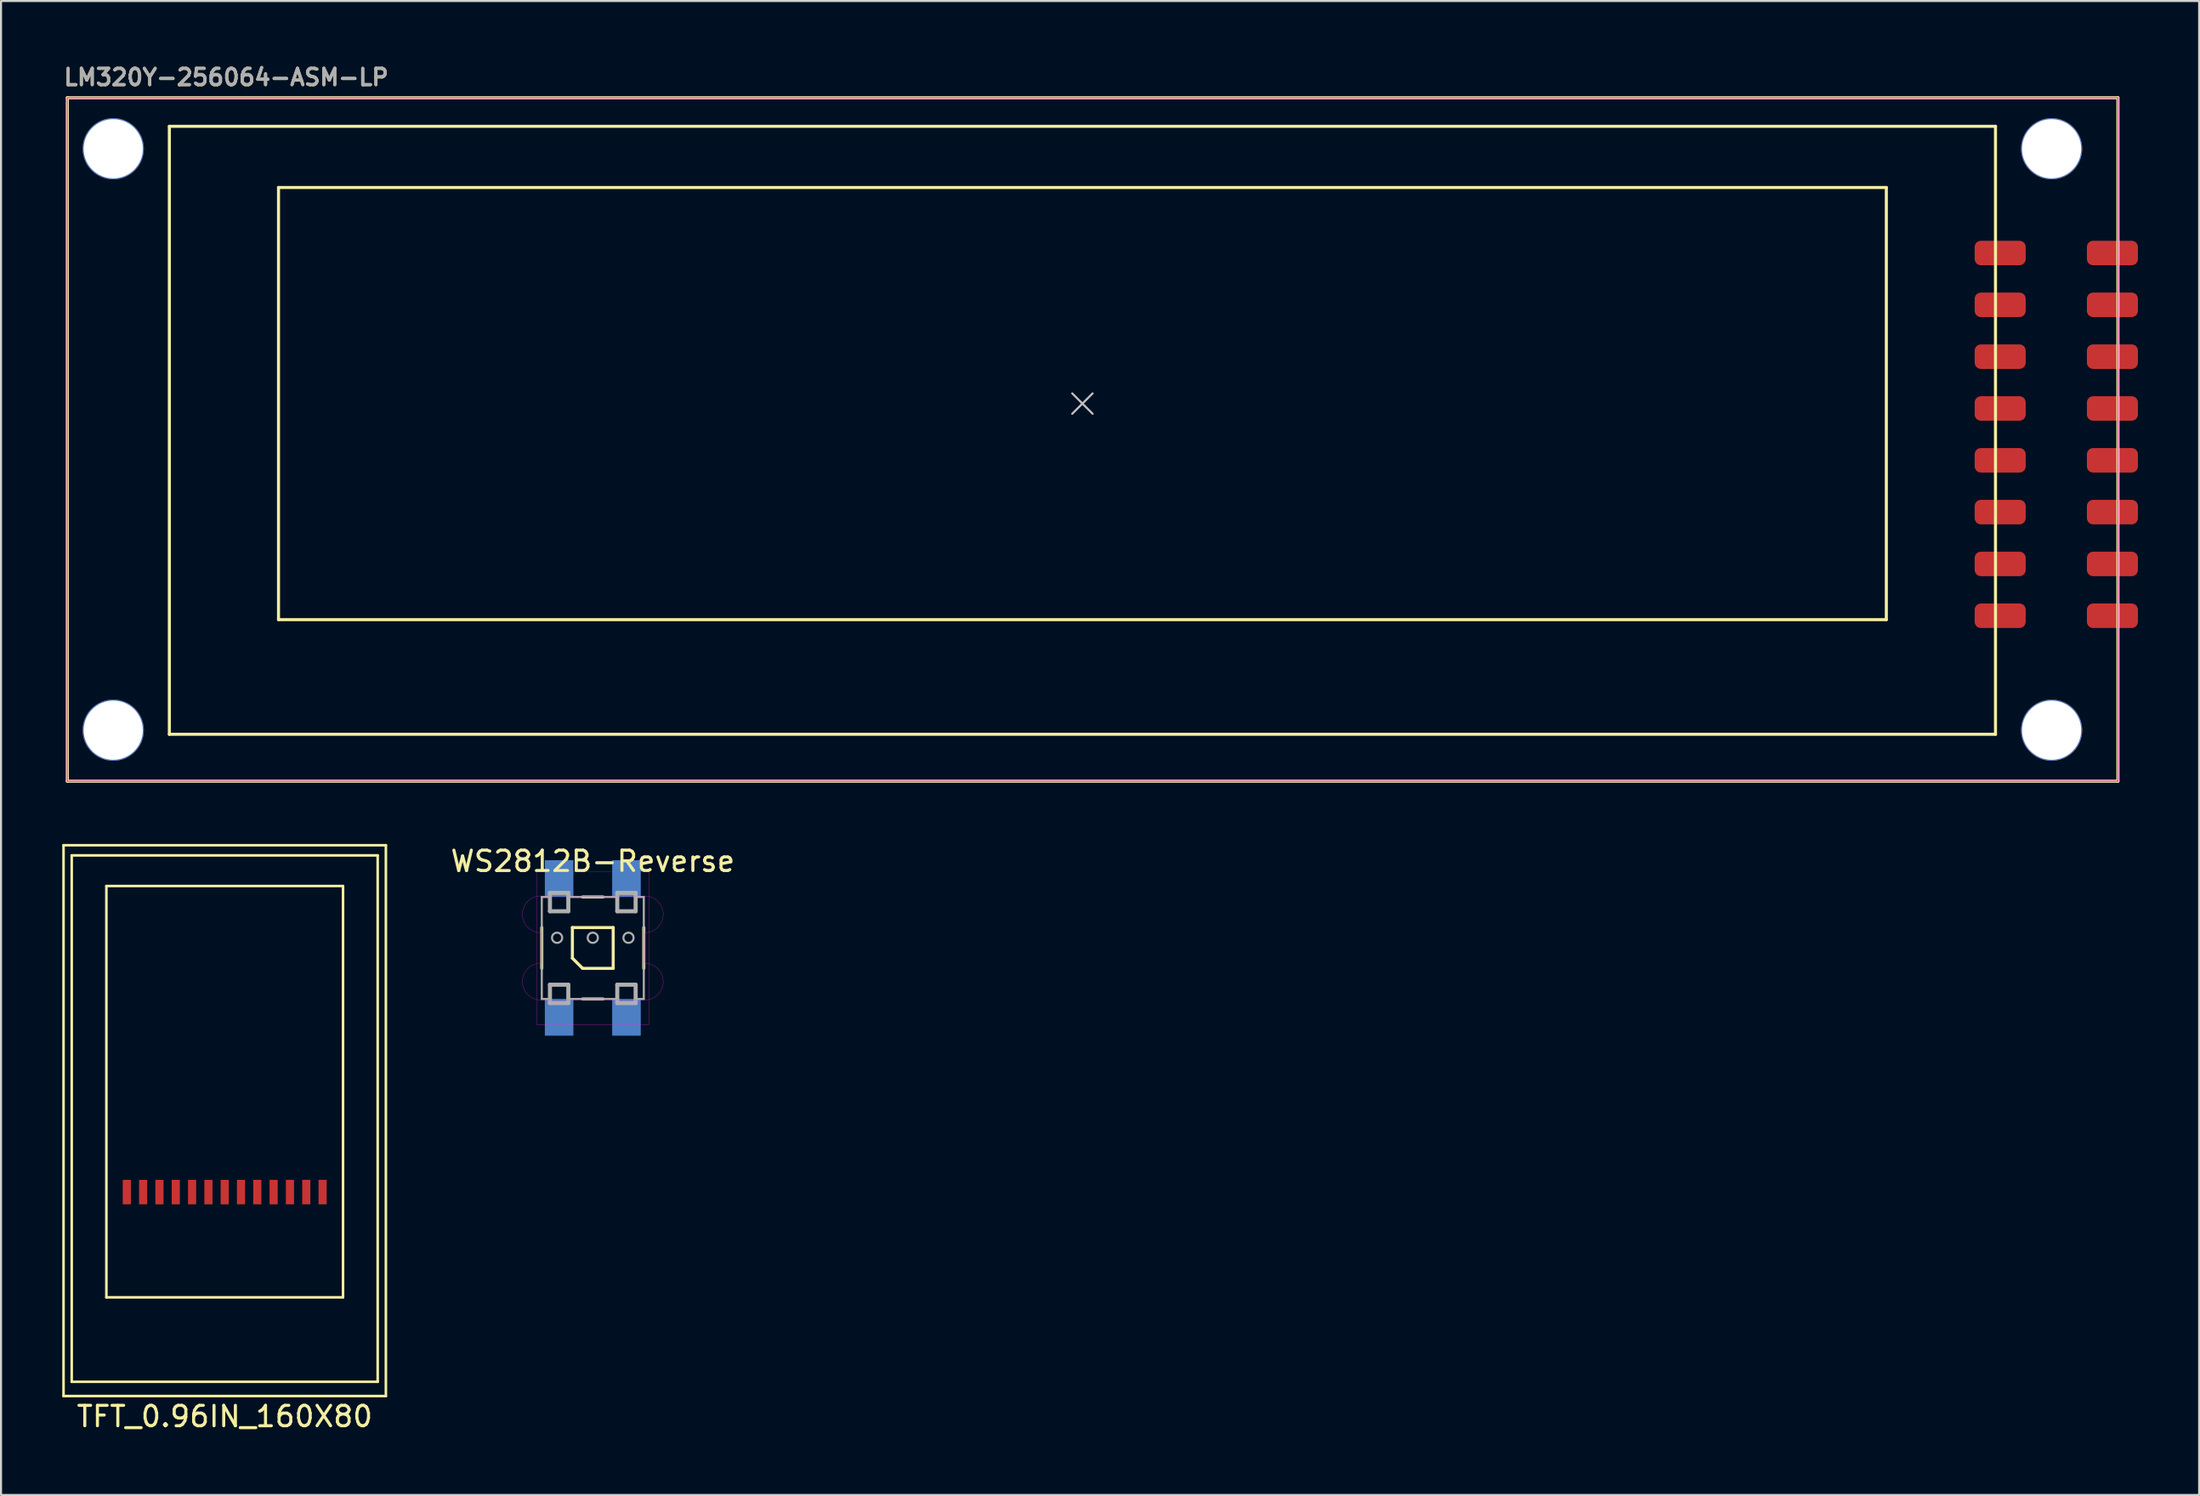
<source format=kicad_pcb>
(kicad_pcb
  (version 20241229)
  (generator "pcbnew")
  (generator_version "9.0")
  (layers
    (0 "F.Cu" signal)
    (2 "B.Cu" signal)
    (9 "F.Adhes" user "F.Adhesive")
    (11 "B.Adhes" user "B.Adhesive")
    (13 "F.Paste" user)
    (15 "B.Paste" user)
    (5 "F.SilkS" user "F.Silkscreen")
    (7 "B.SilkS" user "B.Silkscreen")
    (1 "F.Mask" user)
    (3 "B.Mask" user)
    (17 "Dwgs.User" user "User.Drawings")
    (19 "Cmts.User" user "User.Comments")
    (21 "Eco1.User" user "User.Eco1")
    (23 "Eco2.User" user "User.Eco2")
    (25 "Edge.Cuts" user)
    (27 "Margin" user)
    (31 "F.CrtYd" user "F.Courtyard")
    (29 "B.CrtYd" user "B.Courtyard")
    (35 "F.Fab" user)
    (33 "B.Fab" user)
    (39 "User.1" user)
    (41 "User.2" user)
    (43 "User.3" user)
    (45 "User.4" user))
  (footprint "LM320Y-256064-ASM-LP"
    (layer "F.Cu")
    (at 50 16.731)
    (property "Reference" "LM320Y-256064-ASM-LP" (at -50 -15.99 0) (layer "F.SilkS") (effects (font (size 0.8 0.8) (thickness 0.15)) (justify left)))
    (attr exclude_from_pos_files exclude_from_bom)
    (fp_line (start -49.75 -14.99) (end -49.75 18.51) (stroke (width 0.15) (type solid)) (layer "F.SilkS"))
    (fp_line (start -49.75 18.51) (end 50.75 18.51) (stroke (width 0.15) (type solid)) (layer "F.SilkS"))
    (fp_line (start -44.75 -13.59) (end -44.75 16.21) (stroke (width 0.15) (type solid)) (layer "F.SilkS"))
    (fp_line (start -44.75 16.21) (end 44.75 16.21) (stroke (width 0.15) (type solid)) (layer "F.SilkS"))
    (fp_line (start -39.4 -10.59) (end -39.4 10.59) (stroke (width 0.15) (type solid)) (layer "F.SilkS"))
    (fp_line (start -39.4 10.59) (end 39.4 10.59) (stroke (width 0.15) (type solid)) (layer "F.SilkS"))
    (fp_line (start 39.4 -10.59) (end -39.4 -10.59) (stroke (width 0.15) (type solid)) (layer "F.SilkS"))
    (fp_line (start 39.4 -10.59) (end 39.4 10.59) (stroke (width 0.15) (type solid)) (layer "F.SilkS"))
    (fp_line (start 44.75 -13.59) (end -44.75 -13.59) (stroke (width 0.15) (type solid)) (layer "F.SilkS"))
    (fp_line (start 44.75 16.21) (end 44.75 -13.59) (stroke (width 0.15) (type solid)) (layer "F.SilkS"))
    (fp_line (start 50.75 -14.99) (end -49.75 -14.99) (stroke (width 0.15) (type solid)) (layer "F.SilkS"))
    (fp_line (start 50.75 -14.99) (end 50.75 18.51) (stroke (width 0.15) (type solid)) (layer "F.SilkS"))
    (fp_line (start 0 0) (end -0.5 -0.5) (stroke (width 0.1) (type solid)) (layer "Dwgs.User"))
    (fp_line (start 0 0) (end -0.5 0.5) (stroke (width 0.1) (type solid)) (layer "Dwgs.User"))
    (fp_line (start 0 0) (end 0.5 -0.5) (stroke (width 0.1) (type solid)) (layer "Dwgs.User"))
    (fp_line (start 0 0) (end 0.5 0.5) (stroke (width 0.1) (type solid)) (layer "Dwgs.User"))
    (fp_line (start -49.75 -14.99) (end 50.75 -14.99) (stroke (width 0.05) (type solid)) (layer "F.CrtYd"))
    (fp_line (start -49.75 18.51) (end -49.75 -14.99) (stroke (width 0.05) (type solid)) (layer "F.CrtYd"))
    (fp_line (start 50.75 -14.99) (end 50.75 18.51) (stroke (width 0.05) (type solid)) (layer "F.CrtYd"))
    (fp_line (start 50.75 18.51) (end -49.75 18.51) (stroke (width 0.05) (type solid)) (layer "F.CrtYd"))
    (fp_text user "${REFERENCE}" (at -50 -16 0) (layer "F.Fab") (effects (font (size 0.8 0.8) (thickness 0.15)) (justify left)))
    (pad "" np_thru_hole circle (at -47.5 -12.49) (size 3 3) (drill 2.9) (layers "*.Cu" "*.Mask"))
    (pad "" np_thru_hole circle (at -47.5 16.01) (size 3 3) (drill 2.9) (layers "*.Cu" "*.Mask"))
    (pad "" np_thru_hole circle (at 47.5 -12.49) (size 3 3) (drill 2.9) (layers "*.Cu" "*.Mask"))
    (pad "" np_thru_hole circle (at 47.5 16.01) (size 3 3) (drill 2.9) (layers "*.Cu" "*.Mask"))
    (pad "1" smd roundrect (at 44.98 10.4) (size 2.5 1.2) (layers "F.Cu" "F.Mask" "F.Paste") (roundrect_rratio 0.25))
    (pad "2" smd roundrect (at 50.48 10.4) (size 2.5 1.2) (layers "F.Cu" "F.Mask" "F.Paste") (roundrect_rratio 0.25))
    (pad "3" smd roundrect (at 44.98 7.86) (size 2.5 1.2) (layers "F.Cu" "F.Mask" "F.Paste") (roundrect_rratio 0.25))
    (pad "4" smd roundrect (at 50.48 7.86) (size 2.5 1.2) (layers "F.Cu" "F.Mask" "F.Paste") (roundrect_rratio 0.25))
    (pad "5" smd roundrect (at 44.98 5.32) (size 2.5 1.2) (layers "F.Cu" "F.Mask" "F.Paste") (roundrect_rratio 0.25))
    (pad "6" smd roundrect (at 50.48 5.32) (size 2.5 1.2) (layers "F.Cu" "F.Mask" "F.Paste") (roundrect_rratio 0.25))
    (pad "7" smd roundrect (at 44.98 2.78) (size 2.5 1.2) (layers "F.Cu" "F.Mask" "F.Paste") (roundrect_rratio 0.25))
    (pad "8" smd roundrect (at 50.48 2.78) (size 2.5 1.2) (layers "F.Cu" "F.Mask" "F.Paste") (roundrect_rratio 0.25))
    (pad "9" smd roundrect (at 44.98 0.24) (size 2.5 1.2) (layers "F.Cu" "F.Mask" "F.Paste") (roundrect_rratio 0.25))
    (pad "10" smd roundrect (at 50.48 0.24) (size 2.5 1.2) (layers "F.Cu" "F.Mask" "F.Paste") (roundrect_rratio 0.25))
    (pad "11" smd roundrect (at 44.98 -2.3) (size 2.5 1.2) (layers "F.Cu" "F.Mask" "F.Paste") (roundrect_rratio 0.25))
    (pad "12" smd roundrect (at 50.48 -2.3) (size 2.5 1.2) (layers "F.Cu" "F.Mask" "F.Paste") (roundrect_rratio 0.25))
    (pad "13" smd roundrect (at 44.98 -4.84) (size 2.5 1.2) (layers "F.Cu" "F.Mask" "F.Paste") (roundrect_rratio 0.25))
    (pad "14" smd roundrect (at 50.48 -4.84) (size 2.5 1.2) (layers "F.Cu" "F.Mask" "F.Paste") (roundrect_rratio 0.25))
    (pad "15" smd roundrect (at 44.98 -7.38) (size 2.5 1.2) (layers "F.Cu" "F.Mask" "F.Paste") (roundrect_rratio 0.25))
    (pad "16" smd roundrect (at 50.48 -7.38) (size 2.5 1.2) (layers "F.Cu" "F.Mask" "F.Paste") (roundrect_rratio 0.25)))
  (footprint "TFT_0.96IN_160X80"
    (layer "F.Cu")
    (at 7.963 65.377)
    (property "Reference" "TFT_0.96IN_160X80" (at 0 1 0) (layer "F.SilkS") (effects (font (size 1 1) (thickness 0.15))))
    (attr exclude_from_pos_files exclude_from_bom)
    (fp_line (start -7.899 -26.998) (end -7.899 0) (stroke (width 0.127) (type solid)) (layer "F.SilkS"))
    (fp_line (start -7.899 0) (end 7.899 0) (stroke (width 0.127) (type solid)) (layer "F.SilkS"))
    (fp_line (start -7.498 -26.5) (end 7.498 -26.5) (stroke (width 0.127) (type solid)) (layer "F.SilkS"))
    (fp_line (start -7.498 -0.699) (end -7.498 -26.5) (stroke (width 0.127) (type solid)) (layer "F.SilkS"))
    (fp_line (start -5.799 -24.999) (end 5.799 -24.999) (stroke (width 0.127) (type solid)) (layer "F.SilkS"))
    (fp_line (start -5.799 -4.839) (end -5.799 -24.999) (stroke (width 0.127) (type solid)) (layer "F.SilkS"))
    (fp_line (start 5.799 -24.999) (end 5.799 -4.839) (stroke (width 0.127) (type solid)) (layer "F.SilkS"))
    (fp_line (start 5.799 -4.839) (end -5.799 -4.839) (stroke (width 0.127) (type solid)) (layer "F.SilkS"))
    (fp_line (start 7.498 -26.5) (end 7.498 -0.699) (stroke (width 0.127) (type solid)) (layer "F.SilkS"))
    (fp_line (start 7.498 -0.699) (end -7.498 -0.699) (stroke (width 0.127) (type solid)) (layer "F.SilkS"))
    (fp_line (start 7.899 -26.998) (end -7.899 -26.998) (stroke (width 0.127) (type solid)) (layer "F.SilkS"))
    (fp_line (start 7.899 0) (end 7.899 -26.998) (stroke (width 0.127) (type solid)) (layer "F.SilkS"))
    (pad "1" smd rect (at -4.798 -9.997 90) (size 1.199 0.399) (layers "F.Cu" "F.Mask" "F.Paste"))
    (pad "2" smd rect (at -3.998 -9.997 90) (size 1.199 0.399) (layers "F.Cu" "F.Mask" "F.Paste"))
    (pad "3" smd rect (at -3.198 -9.997 90) (size 1.199 0.399) (layers "F.Cu" "F.Mask" "F.Paste"))
    (pad "4" smd rect (at -2.398 -9.997 90) (size 1.199 0.399) (layers "F.Cu" "F.Mask" "F.Paste"))
    (pad "5" smd rect (at -1.598 -9.997 90) (size 1.199 0.399) (layers "F.Cu" "F.Mask" "F.Paste"))
    (pad "6" smd rect (at -0.798 -9.997 90) (size 1.199 0.399) (layers "F.Cu" "F.Mask" "F.Paste"))
    (pad "7" smd rect (at 0 -9.997 90) (size 1.199 0.399) (layers "F.Cu" "F.Mask" "F.Paste"))
    (pad "8" smd rect (at 0.798 -9.997 90) (size 1.199 0.399) (layers "F.Cu" "F.Mask" "F.Paste"))
    (pad "9" smd rect (at 1.598 -9.997 90) (size 1.199 0.399) (layers "F.Cu" "F.Mask" "F.Paste"))
    (pad "10" smd rect (at 2.398 -9.997 90) (size 1.199 0.399) (layers "F.Cu" "F.Mask" "F.Paste"))
    (pad "11" smd rect (at 3.198 -9.997 90) (size 1.199 0.399) (layers "F.Cu" "F.Mask" "F.Paste"))
    (pad "12" smd rect (at 3.998 -9.997 90) (size 1.199 0.399) (layers "F.Cu" "F.Mask" "F.Paste"))
    (pad "13" smd rect (at 4.798 -9.997 90) (size 1.199 0.399) (layers "F.Cu" "F.Mask" "F.Paste")))
  (footprint "WS2812B-Reverse"
    (layer "F.Cu")
    (at 26.003 43.414)
    (property "Reference" "WS2812B-Reverse" (at 0 -4.25 0) (layer "F.SilkS") (effects (font (size 1 1) (thickness 0.15))))
    (attr smd)
    (fp_line (start -2.5 -1) (end -2.5 1) (stroke (width 0.15) (type solid)) (layer "F.SilkS"))
    (fp_line (start -1 -1) (end 1 -1) (stroke (width 0.15) (type solid)) (layer "F.SilkS"))
    (fp_line (start -1 0.5) (end -1 -1) (stroke (width 0.15) (type solid)) (layer "F.SilkS"))
    (fp_line (start -0.5 -2.5) (end 0.5 -2.5) (stroke (width 0.15) (type solid)) (layer "F.SilkS"))
    (fp_line (start -0.5 1) (end -1 0.5) (stroke (width 0.15) (type solid)) (layer "F.SilkS"))
    (fp_line (start -0.5 2.5) (end 0.5 2.5) (stroke (width 0.15) (type solid)) (layer "F.SilkS"))
    (fp_line (start 1 -1) (end 1 1) (stroke (width 0.15) (type solid)) (layer "F.SilkS"))
    (fp_line (start 1 1) (end -0.5 1) (stroke (width 0.15) (type solid)) (layer "F.SilkS"))
    (fp_line (start 2.5 -1) (end 2.5 1) (stroke (width 0.15) (type solid)) (layer "F.SilkS"))
    (fp_line (start -2.75 -3.75) (end 2.75 -3.75) (stroke (width 0.01) (type solid)) (layer "F.CrtYd"))
    (fp_line (start -2.75 3.75) (end -2.75 -3.75) (stroke (width 0.01) (type solid)) (layer "F.CrtYd"))
    (fp_line (start -2.55 -2.55) (end 2.55 -2.55) (stroke (width 0.01) (type solid)) (layer "F.CrtYd"))
    (fp_line (start -2.55 0.75) (end -2.55 -0.75) (stroke (width 0.01) (type solid)) (layer "F.CrtYd"))
    (fp_line (start -2.55 2.55) (end 2.55 2.55) (stroke (width 0.01) (type solid)) (layer "F.CrtYd"))
    (fp_line (start 2.55 -0.75) (end 2.55 0.75) (stroke (width 0.01) (type solid)) (layer "F.CrtYd"))
    (fp_line (start 2.75 -3.75) (end 2.75 3.75) (stroke (width 0.01) (type solid)) (layer "F.CrtYd"))
    (fp_line (start 2.75 3.75) (end -2.75 3.75) (stroke (width 0.01) (type solid)) (layer "F.CrtYd"))
    (fp_arc (start -3.45 -1.65) (mid -3.186396 -2.286396) (end -2.55 -2.55) (stroke (width 0.01) (type solid)) (layer "F.CrtYd"))
    (fp_arc (start -3.45 1.65) (mid -3.186396 1.013604) (end -2.55 0.75) (stroke (width 0.01) (type solid)) (layer "F.CrtYd"))
    (fp_arc (start -2.55 -0.75) (mid -3.186396 -1.013604) (end -3.45 -1.65) (stroke (width 0.01) (type solid)) (layer "F.CrtYd"))
    (fp_arc (start -2.55 2.55) (mid -3.186396 2.286396) (end -3.45 1.65) (stroke (width 0.01) (type solid)) (layer "F.CrtYd"))
    (fp_arc (start 2.55 -2.55) (mid 3.186396 -2.286396) (end 3.45 -1.65) (stroke (width 0.01) (type solid)) (layer "F.CrtYd"))
    (fp_arc (start 2.55 0.75) (mid 3.186396 1.013604) (end 3.45 1.65) (stroke (width 0.01) (type solid)) (layer "F.CrtYd"))
    (fp_arc (start 3.45 -1.65) (mid 3.186396 -1.013604) (end 2.55 -0.75) (stroke (width 0.01) (type solid)) (layer "F.CrtYd"))
    (fp_arc (start 3.45 1.65) (mid 3.186396 2.286396) (end 2.55 2.55) (stroke (width 0.01) (type solid)) (layer "F.CrtYd"))
    (fp_line (start -2.5 -2.5) (end -2.1 -2.5) (stroke (width 0.1) (type solid)) (layer "F.Fab"))
    (fp_line (start -2.5 2.5) (end -2.1 2.5) (stroke (width 0.1) (type solid)) (layer "F.Fab"))
    (fp_line (start -2.499 2.499) (end -2.499 -2.499) (stroke (width 0.1) (type solid)) (layer "F.Fab"))
    (fp_line (start -2.1 -2.7) (end -1.2 -2.7) (stroke (width 0.2) (type solid)) (layer "F.Fab"))
    (fp_line (start -2.1 -1.8) (end -2.1 -2.7) (stroke (width 0.2) (type solid)) (layer "F.Fab"))
    (fp_line (start -2.1 1.8) (end -1.2 1.8) (stroke (width 0.2) (type solid)) (layer "F.Fab"))
    (fp_line (start -2.1 2.7) (end -2.1 1.8) (stroke (width 0.2) (type solid)) (layer "F.Fab"))
    (fp_line (start -1.2 -2.7) (end -1.2 -1.8) (stroke (width 0.2) (type solid)) (layer "F.Fab"))
    (fp_line (start -1.2 -2.5) (end 1.2 -2.5) (stroke (width 0.1) (type solid)) (layer "F.Fab"))
    (fp_line (start -1.2 -1.8) (end -2.1 -1.8) (stroke (width 0.2) (type solid)) (layer "F.Fab"))
    (fp_line (start -1.2 1.8) (end -1.2 2.7) (stroke (width 0.2) (type solid)) (layer "F.Fab"))
    (fp_line (start -1.2 2.5) (end 1.2 2.5) (stroke (width 0.1) (type solid)) (layer "F.Fab"))
    (fp_line (start -1.2 2.7) (end -2.1 2.7) (stroke (width 0.2) (type solid)) (layer "F.Fab"))
    (fp_line (start 1.2 -2.7) (end 1.2 -1.8) (stroke (width 0.2) (type solid)) (layer "F.Fab"))
    (fp_line (start 1.2 -1.8) (end 2.1 -1.8) (stroke (width 0.2) (type solid)) (layer "F.Fab"))
    (fp_line (start 1.2 1.8) (end 2.1 1.8) (stroke (width 0.2) (type solid)) (layer "F.Fab"))
    (fp_line (start 1.2 2.7) (end 1.2 1.8) (stroke (width 0.2) (type solid)) (layer "F.Fab"))
    (fp_line (start 2.1 -2.7) (end 1.2 -2.7) (stroke (width 0.2) (type solid)) (layer "F.Fab"))
    (fp_line (start 2.1 -2.5) (end 2.5 -2.5) (stroke (width 0.1) (type solid)) (layer "F.Fab"))
    (fp_line (start 2.1 -1.8) (end 2.1 -2.7) (stroke (width 0.2) (type solid)) (layer "F.Fab"))
    (fp_line (start 2.1 1.8) (end 2.1 2.7) (stroke (width 0.2) (type solid)) (layer "F.Fab"))
    (fp_line (start 2.1 2.5) (end 2.5 2.5) (stroke (width 0.1) (type solid)) (layer "F.Fab"))
    (fp_line (start 2.1 2.7) (end 1.2 2.7) (stroke (width 0.2) (type solid)) (layer "F.Fab"))
    (fp_line (start 2.5 -2.5) (end 2.5 2.5) (stroke (width 0.1) (type solid)) (layer "F.Fab"))
    (fp_circle (center -1.75 -0.5) (end -1.75 -0.75) (stroke (width 0.1) (type solid)) (fill no) (layer "F.Fab"))
    (fp_circle (center 0 -0.5) (end 0 -0.75) (stroke (width 0.1) (type solid)) (fill no) (layer "F.Fab"))
    (fp_circle (center 1.75 -0.5) (end 1.75 -0.75) (stroke (width 0.1) (type solid)) (fill no) (layer "F.Fab"))
    (pad "1" smd rect (at 1.65 -3.4) (size 1.4 1.8) (layers "B.Cu" "B.Mask"))
    (pad "2" smd rect (at -1.65 -3.4) (size 1.4 1.8) (layers "B.Cu" "B.Mask"))
    (pad "3" smd rect (at -1.65 3.4) (size 1.4 1.8) (layers "B.Cu" "B.Mask"))
    (pad "4" smd rect (at 1.65 3.4) (size 1.4 1.8) (layers "B.Cu" "B.Mask")))
  (gr_rect
    (start -3 -3)
    (end 104.73 70.226)
    (stroke (width 0.1) (type default))
    (fill no)
    (layer "Edge.Cuts")))
</source>
